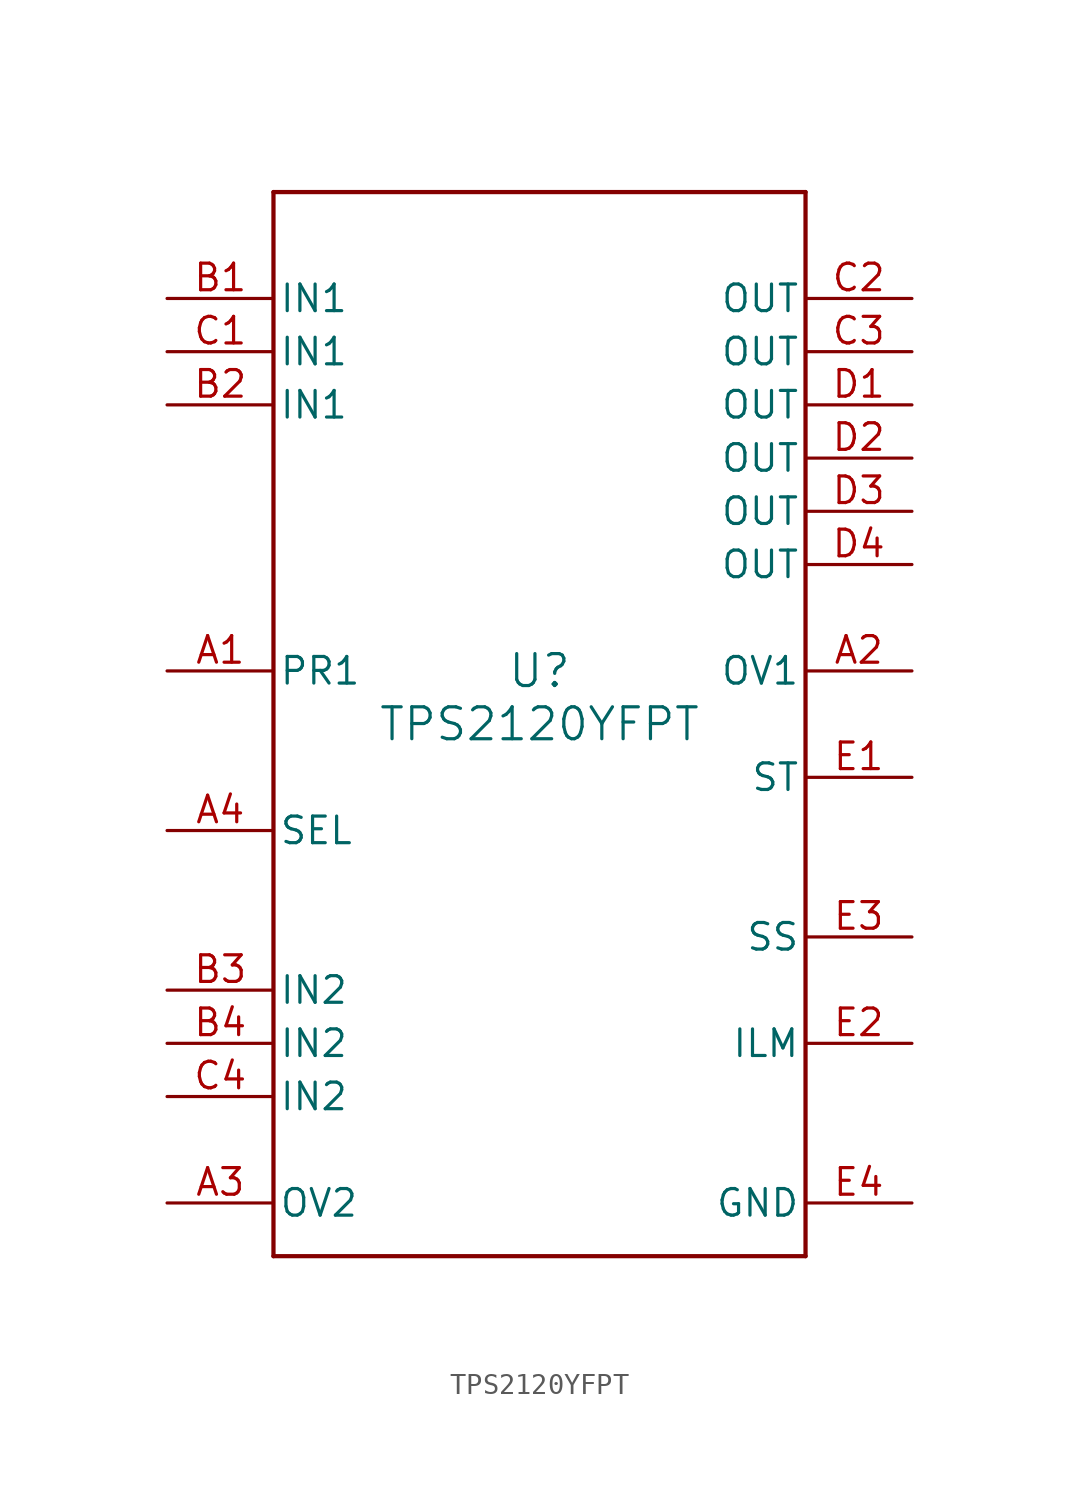
<source format=kicad_sym>
(kicad_symbol_lib
  (version 20211014)
  (generator kicad_symbol_editor)
  (symbol "TPS2120YFPT"
    (pin_names
      (offset 0.254))
    (property "Reference" "U"
      (at 0 2.54 0)
      (effects (font (size 1.524 1.524))))
    (property "Value" "TPS2120YFPT"
      (at 0 0 0)
      (effects (font (size 1.524 1.524))))
    (symbol "TPS2120YFPT_0_1"
      (polyline (pts (xy -12.7 -25.4) (xy 12.7 -25.4)) (stroke (width 0.203) (type default) (color 0 0 0 0)) (fill (type none)))
      (polyline (pts (xy 12.7 -25.4) (xy 12.7 25.4)) (stroke (width 0.203) (type default) (color 0 0 0 0)) (fill (type none)))
      (polyline (pts (xy 12.7 25.4) (xy -12.7 25.4)) (stroke (width 0.203) (type default) (color 0 0 0 0)) (fill (type none)))
      (polyline (pts (xy -12.7 25.4) (xy -12.7 -25.4)) (stroke (width 0.203) (type default) (color 0 0 0 0)) (fill (type none)))
      (pin input line (at -17.78 2.54 0) (length 5.08) (name "PR1" (effects (font (size 1.27 1.27)))) (number "A1" (effects (font (size 1.27 1.27)))))
      (pin input line (at 17.78 2.54 180) (length 5.08) (name "OV1" (effects (font (size 1.27 1.27)))) (number "A2" (effects (font (size 1.27 1.27)))))
      (pin input line (at -17.78 -22.86 0) (length 5.08) (name "OV2" (effects (font (size 1.27 1.27)))) (number "A3" (effects (font (size 1.27 1.27)))))
      (pin input line (at -17.78 -5.08 0) (length 5.08) (name "SEL" (effects (font (size 1.27 1.27)))) (number "A4" (effects (font (size 1.27 1.27)))))
      (pin power_in line (at -17.78 20.32 0) (length 5.08) (name "IN1" (effects (font (size 1.27 1.27)))) (number "B1" (effects (font (size 1.27 1.27)))))
      (pin power_in line (at -17.78 15.24 0) (length 5.08) (name "IN1" (effects (font (size 1.27 1.27)))) (number "B2" (effects (font (size 1.27 1.27)))))
      (pin power_in line (at -17.78 -12.7 0) (length 5.08) (name "IN2" (effects (font (size 1.27 1.27)))) (number "B3" (effects (font (size 1.27 1.27)))))
      (pin power_in line (at -17.78 -15.24 0) (length 5.08) (name "IN2" (effects (font (size 1.27 1.27)))) (number "B4" (effects (font (size 1.27 1.27)))))
      (pin power_in line (at -17.78 17.78 0) (length 5.08) (name "IN1" (effects (font (size 1.27 1.27)))) (number "C1" (effects (font (size 1.27 1.27)))))
      (pin power_in line (at 17.78 20.32 180) (length 5.08) (name "OUT" (effects (font (size 1.27 1.27)))) (number "C2" (effects (font (size 1.27 1.27)))))
      (pin power_in line (at 17.78 17.78 180) (length 5.08) (name "OUT" (effects (font (size 1.27 1.27)))) (number "C3" (effects (font (size 1.27 1.27)))))
      (pin power_in line (at -17.78 -17.78 0) (length 5.08) (name "IN2" (effects (font (size 1.27 1.27)))) (number "C4" (effects (font (size 1.27 1.27)))))
      (pin power_in line (at 17.78 15.24 180) (length 5.08) (name "OUT" (effects (font (size 1.27 1.27)))) (number "D1" (effects (font (size 1.27 1.27)))))
      (pin power_in line (at 17.78 12.7 180) (length 5.08) (name "OUT" (effects (font (size 1.27 1.27)))) (number "D2" (effects (font (size 1.27 1.27)))))
      (pin power_in line (at 17.78 10.16 180) (length 5.08) (name "OUT" (effects (font (size 1.27 1.27)))) (number "D3" (effects (font (size 1.27 1.27)))))
      (pin power_in line (at 17.78 7.62 180) (length 5.08) (name "OUT" (effects (font (size 1.27 1.27)))) (number "D4" (effects (font (size 1.27 1.27)))))
      (pin output line (at 17.78 -2.54 180) (length 5.08) (name "ST" (effects (font (size 1.27 1.27)))) (number "E1" (effects (font (size 1.27 1.27)))))
      (pin bidirectional line (at 17.78 -15.24 180) (length 5.08) (name "ILM" (effects (font (size 1.27 1.27)))) (number "E2" (effects (font (size 1.27 1.27)))))
      (pin bidirectional line (at 17.78 -10.16 180) (length 5.08) (name "SS" (effects (font (size 1.27 1.27)))) (number "E3" (effects (font (size 1.27 1.27)))))
      (pin power_in line (at 17.78 -22.86 180) (length 5.08) (name "GND" (effects (font (size 1.27 1.27)))) (number "E4" (effects (font (size 1.27 1.27))))))))
</source>
